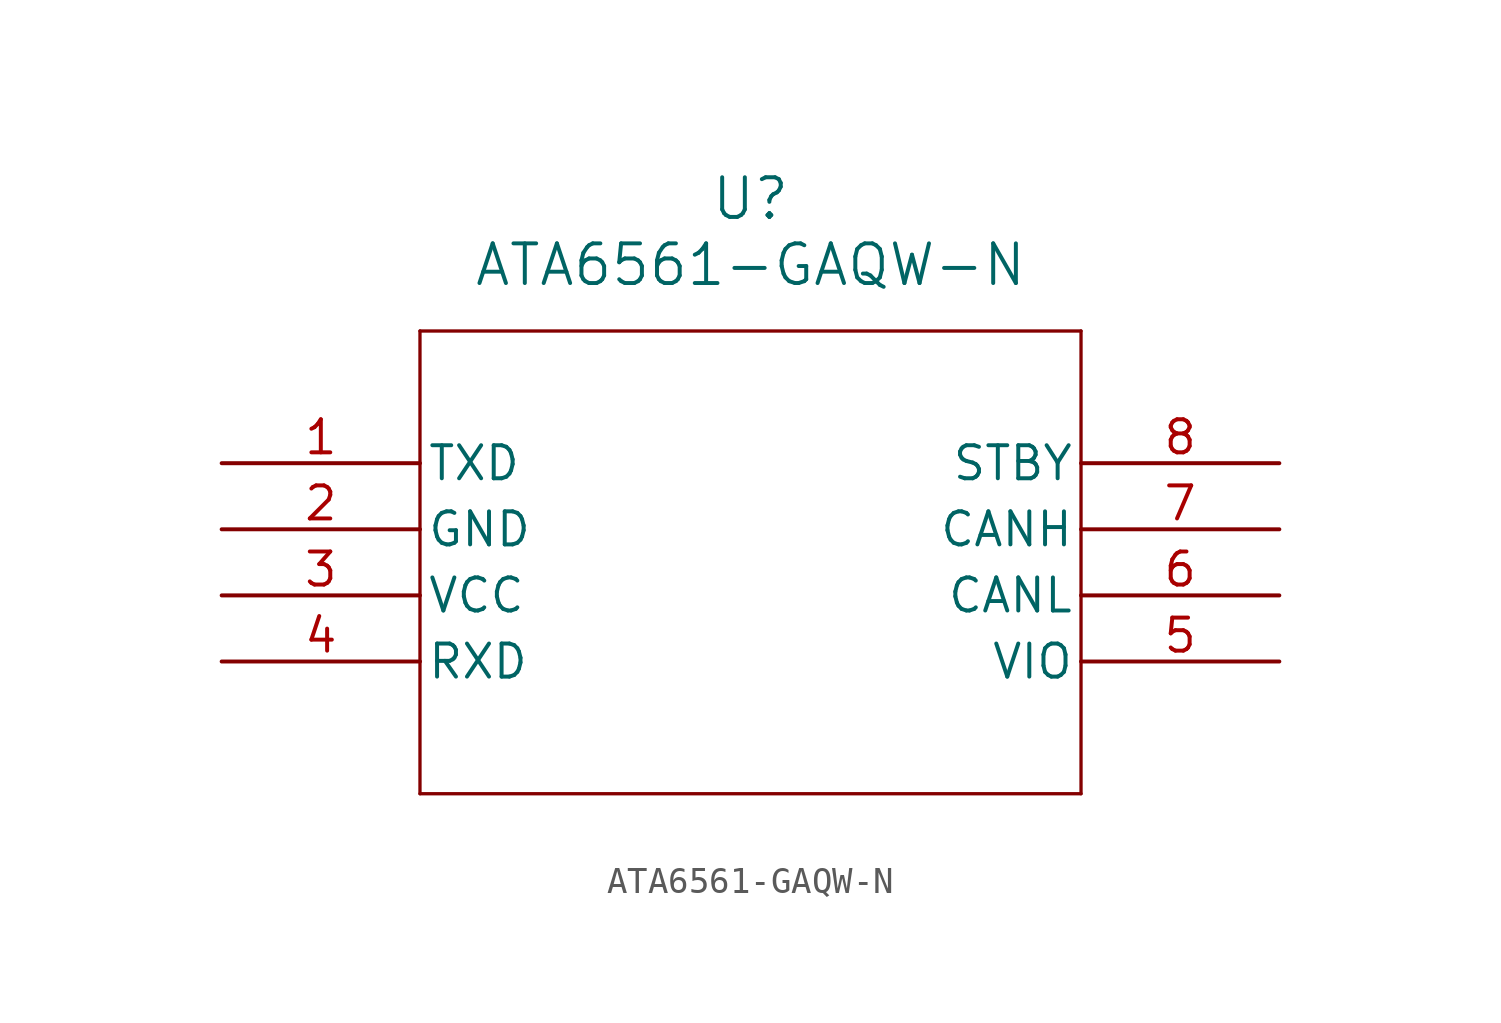
<source format=kicad_sym>
(kicad_symbol_lib
  (version 20211014)
  (generator kicad_symbol_editor)
  (symbol "ATA6561-GAQW-N"
    (pin_names
      (offset 0.254))
    (property "Reference" "U"
      (at 20.32 10.16 0)
      (effects (font (size 1.524 1.524))))
    (property "Value" "ATA6561-GAQW-N"
      (at 20.32 7.62 0)
      (effects (font (size 1.524 1.524))))
    (symbol "ATA6561-GAQW-N_0_1"
      (polyline (pts (xy 7.62 5.08) (xy 7.62 -12.7)) (stroke (width 0.127) (type default) (color 0 0 0 0)) (fill (type none)))
      (polyline (pts (xy 7.62 -12.7) (xy 33.02 -12.7)) (stroke (width 0.127) (type default) (color 0 0 0 0)) (fill (type none)))
      (polyline (pts (xy 33.02 -12.7) (xy 33.02 5.08)) (stroke (width 0.127) (type default) (color 0 0 0 0)) (fill (type none)))
      (polyline (pts (xy 33.02 5.08) (xy 7.62 5.08)) (stroke (width 0.127) (type default) (color 0 0 0 0)) (fill (type none)))
      (pin unspecified line (at 0 0 0) (length 7.62) (name "TXD" (effects (font (size 1.27 1.27)))) (number "1" (effects (font (size 1.27 1.27)))))
      (pin power_out line (at 0 -2.54 0) (length 7.62) (name "GND" (effects (font (size 1.27 1.27)))) (number "2" (effects (font (size 1.27 1.27)))))
      (pin power_in line (at 0 -5.08 0) (length 7.62) (name "VCC" (effects (font (size 1.27 1.27)))) (number "3" (effects (font (size 1.27 1.27)))))
      (pin unspecified line (at 0 -7.62 0) (length 7.62) (name "RXD" (effects (font (size 1.27 1.27)))) (number "4" (effects (font (size 1.27 1.27)))))
      (pin unspecified line (at 40.64 -7.62 180) (length 7.62) (name "VIO" (effects (font (size 1.27 1.27)))) (number "5" (effects (font (size 1.27 1.27)))))
      (pin unspecified line (at 40.64 -5.08 180) (length 7.62) (name "CANL" (effects (font (size 1.27 1.27)))) (number "6" (effects (font (size 1.27 1.27)))))
      (pin unspecified line (at 40.64 -2.54 180) (length 7.62) (name "CANH" (effects (font (size 1.27 1.27)))) (number "7" (effects (font (size 1.27 1.27)))))
      (pin unspecified line (at 40.64 0 180) (length 7.62) (name "STBY" (effects (font (size 1.27 1.27)))) (number "8" (effects (font (size 1.27 1.27))))))))
</source>
